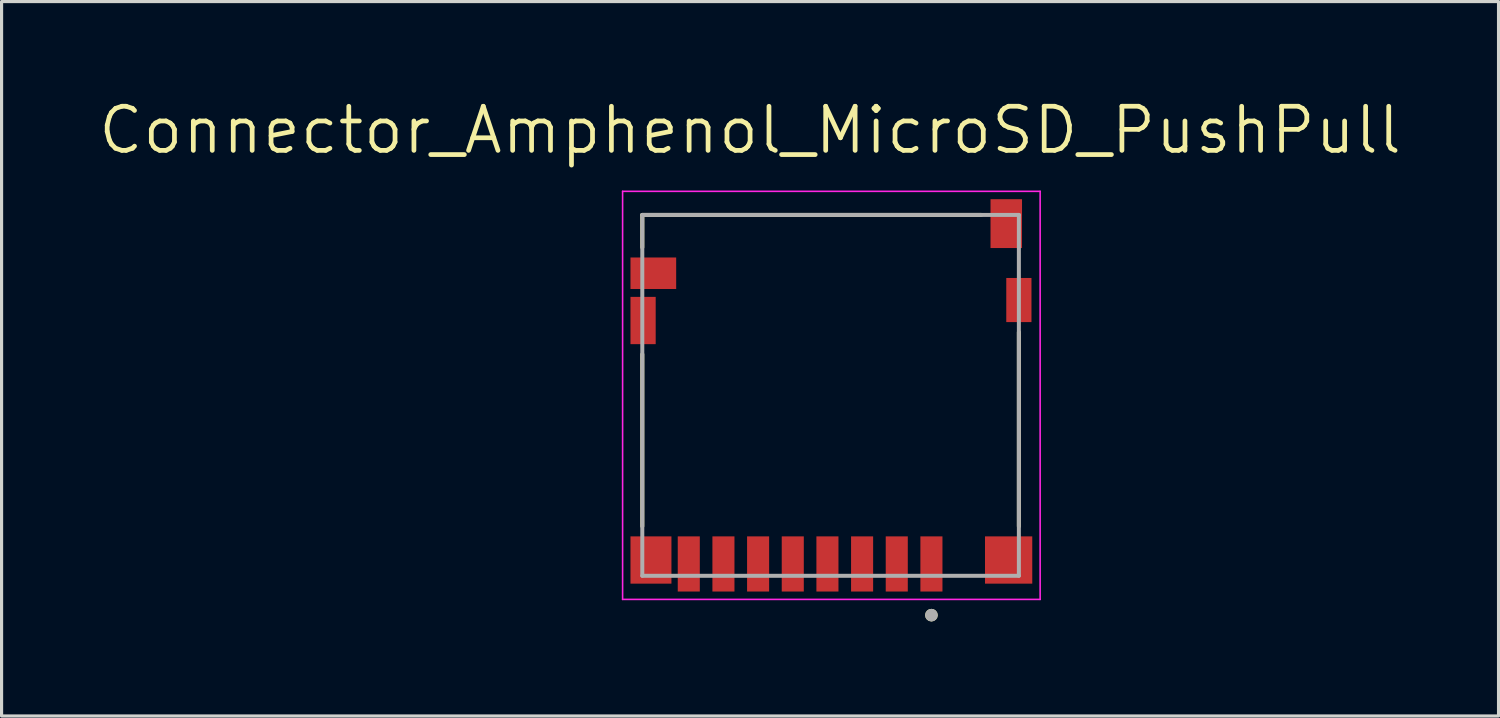
<source format=kicad_pcb>
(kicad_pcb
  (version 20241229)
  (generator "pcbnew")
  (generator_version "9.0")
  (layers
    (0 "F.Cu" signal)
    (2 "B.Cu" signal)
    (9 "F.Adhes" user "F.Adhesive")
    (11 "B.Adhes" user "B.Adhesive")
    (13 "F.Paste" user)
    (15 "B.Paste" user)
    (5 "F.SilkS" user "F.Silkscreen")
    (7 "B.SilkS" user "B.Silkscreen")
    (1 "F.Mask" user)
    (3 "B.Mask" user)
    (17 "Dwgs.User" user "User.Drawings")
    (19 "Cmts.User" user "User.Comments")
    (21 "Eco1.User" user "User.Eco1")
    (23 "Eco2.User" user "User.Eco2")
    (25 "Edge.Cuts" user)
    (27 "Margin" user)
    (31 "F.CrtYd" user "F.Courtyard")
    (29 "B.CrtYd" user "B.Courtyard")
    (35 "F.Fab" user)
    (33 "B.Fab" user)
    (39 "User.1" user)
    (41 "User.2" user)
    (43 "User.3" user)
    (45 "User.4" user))
  (footprint "Connector_Amphenol_MicroSD_PushPull"
    (layer "F.Cu")
    (at 23.307 13.971)
    (property "Reference" "Connector_Amphenol_MicroSD_PushPull" (at -2.555 -12.889 0) (layer "F.SilkS") (effects (font (size 1.4 1.4) (thickness 0.15))))
    (attr through_hole)
    (fp_line (start -5.975 -10.2) (end -5.975 -9.17) (stroke (width 0.127) (type solid)) (layer "F.SilkS"))
    (fp_line (start -5.975 -5.78) (end -5.975 -0.32) (stroke (width 0.127) (type solid)) (layer "F.SilkS"))
    (fp_line (start 4.78 -10.2) (end -5.975 -10.2) (stroke (width 0.127) (type solid)) (layer "F.SilkS"))
    (fp_line (start 5.975 -0.32) (end 5.975 -6.48) (stroke (width 0.127) (type solid)) (layer "F.SilkS"))
    (fp_circle (center 3.2 2.5) (end 3.3 2.5) (stroke (width 0.2) (type solid)) (fill no) (layer "F.SilkS"))
    (fp_line (start -6.6 -10.95) (end -6.6 2) (stroke (width 0.05) (type solid)) (layer "F.CrtYd"))
    (fp_line (start -6.6 2) (end 6.65 2) (stroke (width 0.05) (type solid)) (layer "F.CrtYd"))
    (fp_line (start 6.65 -10.95) (end -6.6 -10.95) (stroke (width 0.05) (type solid)) (layer "F.CrtYd"))
    (fp_line (start 6.65 2) (end 6.65 -10.95) (stroke (width 0.05) (type solid)) (layer "F.CrtYd"))
    (fp_line (start -5.975 -10.2) (end -5.975 1.25) (stroke (width 0.127) (type solid)) (layer "F.Fab"))
    (fp_line (start -5.975 1.25) (end 5.975 1.25) (stroke (width 0.127) (type solid)) (layer "F.Fab"))
    (fp_line (start 5.975 -10.2) (end -5.975 -10.2) (stroke (width 0.127) (type solid)) (layer "F.Fab"))
    (fp_line (start 5.975 1.25) (end 5.975 -10.2) (stroke (width 0.127) (type solid)) (layer "F.Fab"))
    (fp_circle (center 3.2 2.5) (end 3.3 2.5) (stroke (width 0.2) (type solid)) (fill no) (layer "F.Fab"))
    (pad "1" smd rect (at 3.2 0.875) (size 0.7 1.75) (layers "F.Cu" "F.Mask" "F.Paste"))
    (pad "2" smd rect (at 2.1 0.875) (size 0.7 1.75) (layers "F.Cu" "F.Mask" "F.Paste"))
    (pad "3" smd rect (at 1 0.875) (size 0.7 1.75) (layers "F.Cu" "F.Mask" "F.Paste"))
    (pad "4" smd rect (at -0.1 0.875) (size 0.7 1.75) (layers "F.Cu" "F.Mask" "F.Paste"))
    (pad "5" smd rect (at -1.2 0.875) (size 0.7 1.75) (layers "F.Cu" "F.Mask" "F.Paste"))
    (pad "6" smd rect (at -2.3 0.875) (size 0.7 1.75) (layers "F.Cu" "F.Mask" "F.Paste"))
    (pad "7" smd rect (at -3.4 0.875) (size 0.7 1.75) (layers "F.Cu" "F.Mask" "F.Paste"))
    (pad "8" smd rect (at -4.5 0.875) (size 0.7 1.75) (layers "F.Cu" "F.Mask" "F.Paste"))
    (pad "9" smd rect (at 5.575 -9.925) (size 1 1.55) (layers "F.Cu" "F.Mask" "F.Paste"))
    (pad "10" smd rect (at -5.625 -8.35) (size 1.45 1) (layers "F.Cu" "F.Mask" "F.Paste"))
    (pad "11" smd rect (at -5.95 -6.85) (size 0.8 1.5) (layers "F.Cu" "F.Mask" "F.Paste"))
    (pad "11" smd rect (at -5.7 0.75) (size 1.3 1.5) (layers "F.Cu" "F.Mask" "F.Paste"))
    (pad "11" smd rect (at 5.65 0.75) (size 1.5 1.5) (layers "F.Cu" "F.Mask" "F.Paste"))
    (pad "11" smd rect (at 5.975 -7.5) (size 0.8 1.4) (layers "F.Cu" "F.Mask" "F.Paste"))
    (zone (net_name "") (layer "F.Cu") (hatch full 0.508) (connect_pads) (min_thickness 0.01) (filled_areas_thickness no) (keepout (tracks not_allowed) (vias not_allowed) (pads not_allowed) (copperpour not_allowed) (footprints allowed)) (placement (enabled no)) (fill) (polygon (pts (xy 18.407 7.971) (xy 26.907 7.971) (xy 26.907 9.971) (xy 18.407 9.971))))
    (zone (net_name "") (layer "F.Cu") (hatch full 0.508) (connect_pads) (min_thickness 0.01) (filled_areas_thickness no) (keepout (tracks not_allowed) (vias not_allowed) (pads not_allowed) (copperpour not_allowed) (footprints allowed)) (placement (enabled no)) (fill) (polygon (pts (xy 21.357 3.771) (xy 23.857 3.771) (xy 23.857 5.771) (xy 21.357 5.771))))
    (zone (net_name "") (layers "F.Cu" "B.Cu") (hatch full 0.508) (connect_pads) (min_thickness 0.01) (filled_areas_thickness no) (keepout (tracks allowed) (vias not_allowed) (pads allowed) (copperpour allowed) (footprints allowed)) (placement (enabled no)) (fill) (polygon (pts (xy 18.407 7.971) (xy 26.907 7.971) (xy 26.907 9.971) (xy 18.407 9.971))))
    (zone (net_name "") (layers "F.Cu" "B.Cu") (hatch full 0.508) (connect_pads) (min_thickness 0.01) (filled_areas_thickness no) (keepout (tracks allowed) (vias not_allowed) (pads allowed) (copperpour allowed) (footprints allowed)) (placement (enabled no)) (fill) (polygon (pts (xy 21.357 3.771) (xy 23.857 3.771) (xy 23.857 5.771) (xy 21.357 5.771)))))
  (gr_rect
    (start -3 -3)
    (end 44.503 19.671)
    (stroke (width 0.1) (type default))
    (fill no)
    (layer "Edge.Cuts")))
</source>
